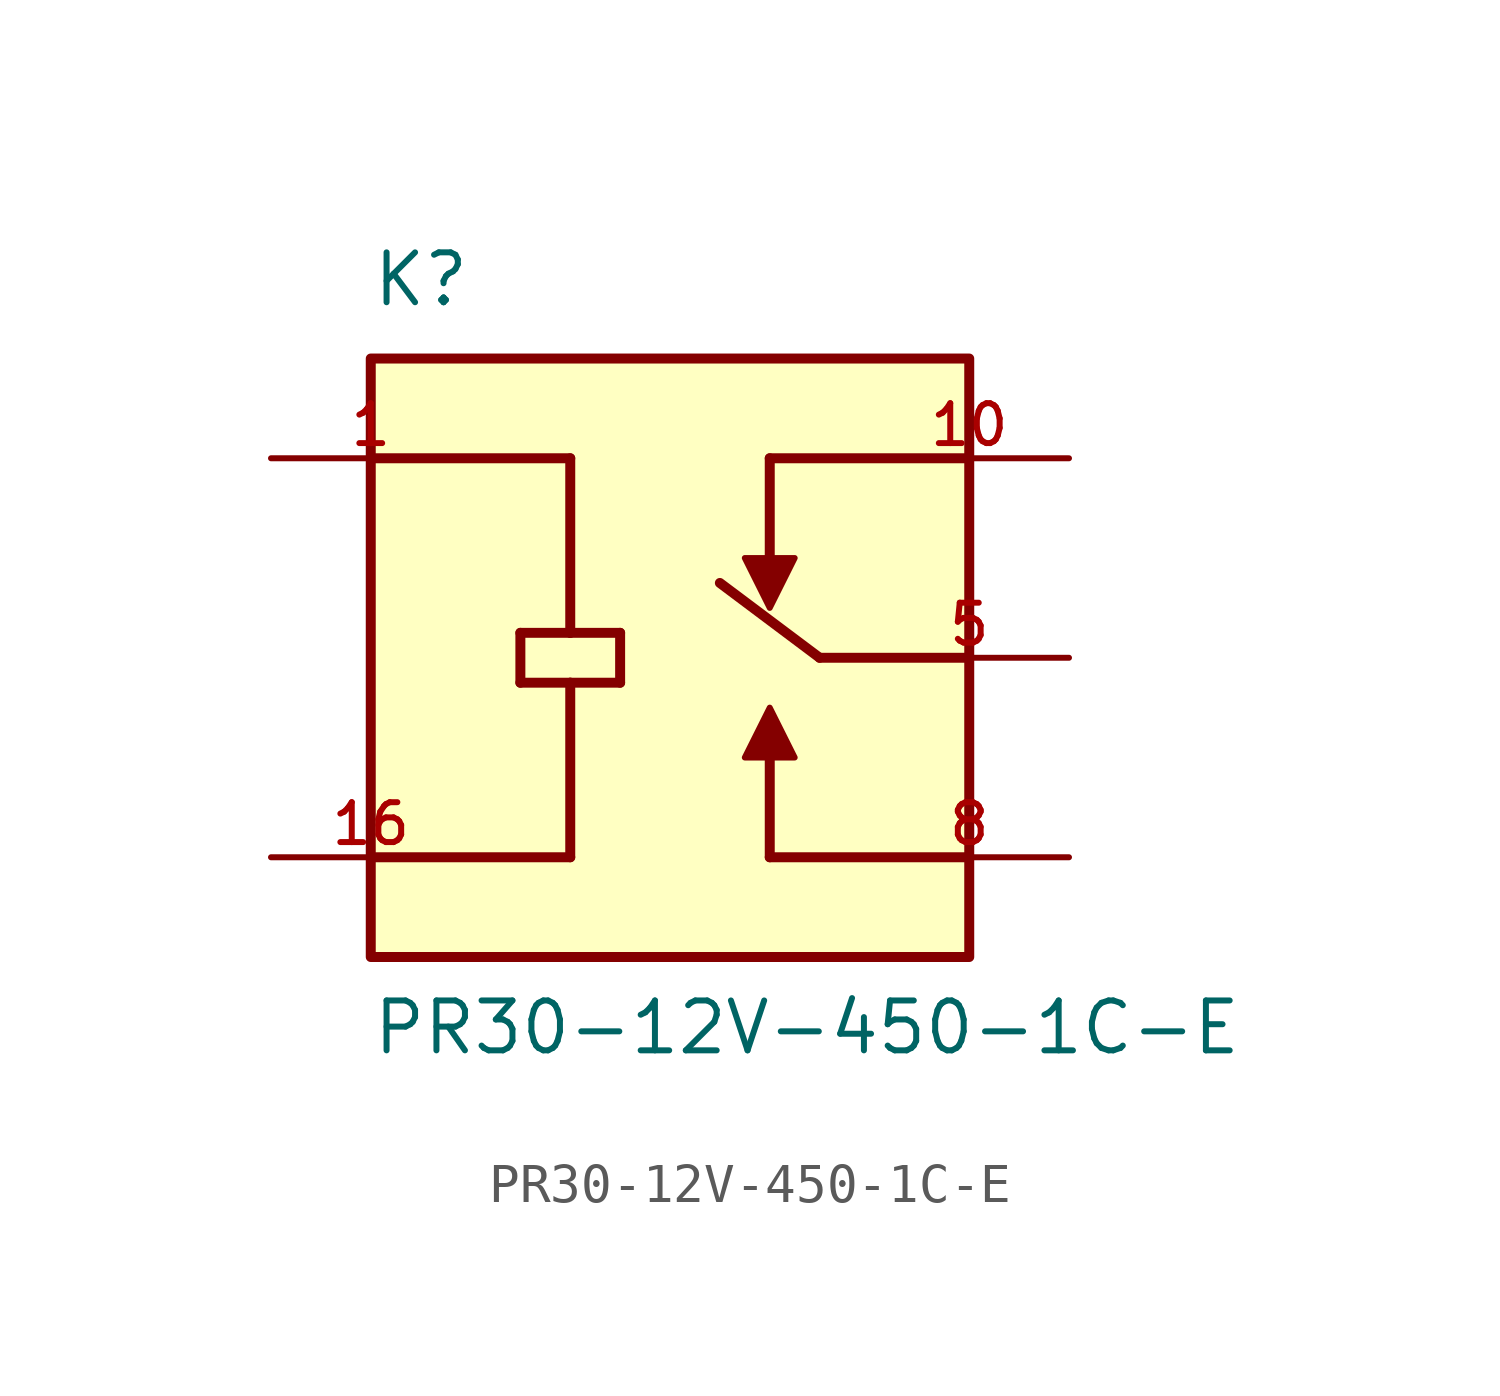
<source format=kicad_sym>
(kicad_symbol_lib
  (version 20211014)
  (generator kicad_symbol_editor)
  (symbol "PR30-12V-450-1C-E"
    (pin_names
      (offset 1.016))
    (property "Reference" "K"
      (at -7.62 8.89 0)
      (effects (font (size 1.27 1.27)) (justify bottom left)))
    (property "Value" "PR30-12V-450-1C-E"
      (at -7.62 -10.16 0)
      (effects (font (size 1.27 1.27)) (justify bottom left)))
    (symbol "PR30-12V-450-1C-E_0_0"
      (polyline (pts (xy 7.62 0.0) (xy 3.81 0.0)) (stroke (width 0.254)))
      (polyline (pts (xy 7.62 -5.08) (xy 2.54 -5.08)) (stroke (width 0.254)))
      (polyline (pts (xy 2.54 -5.08) (xy 2.54 -2.54)) (stroke (width 0.254)))
      (polyline (pts (xy 1.905 -2.54) (xy 3.175 -2.54) (xy 2.54 -1.27) (xy 1.905 -2.54)) (stroke (width 0.152)) (fill (type outline)))
      (polyline (pts (xy -7.62 5.08) (xy -2.54 5.08)) (stroke (width 0.254)))
      (polyline (pts (xy -3.81 0.635) (xy -2.54 0.635)) (stroke (width 0.254)))
      (polyline (pts (xy -2.54 0.635) (xy -1.27 0.635)) (stroke (width 0.254)))
      (polyline (pts (xy -1.27 0.635) (xy -1.27 -0.635)) (stroke (width 0.254)))
      (polyline (pts (xy -1.27 -0.635) (xy -2.54 -0.635)) (stroke (width 0.254)))
      (polyline (pts (xy -2.54 -0.635) (xy -3.81 -0.635)) (stroke (width 0.254)))
      (polyline (pts (xy -3.81 -0.635) (xy -3.81 0.635)) (stroke (width 0.254)))
      (polyline (pts (xy -7.62 -5.08) (xy -2.54 -5.08)) (stroke (width 0.254)))
      (polyline (pts (xy -2.54 5.08) (xy -2.54 0.635)) (stroke (width 0.254)))
      (polyline (pts (xy -2.54 -0.635) (xy -2.54 -5.08)) (stroke (width 0.254)))
      (polyline (pts (xy 2.54 5.08) (xy 2.54 2.54)) (stroke (width 0.254)))
      (polyline (pts (xy 3.175 2.54) (xy 1.905 2.54) (xy 2.54 1.27) (xy 3.175 2.54)) (stroke (width 0.152)) (fill (type outline)))
      (polyline (pts (xy 2.54 5.08) (xy 7.62 5.08)) (stroke (width 0.254)))
      (polyline (pts (xy 3.81 0.0) (xy 1.27 1.905)) (stroke (width 0.254)))
      (rectangle (start -7.62 -7.62) (end 7.62 7.62) (stroke (width 0.254)) (fill (type background)))
      (pin passive line (at 10.16 0.0 180.0) (length 5.08) (name "~" (effects (font (size 1.016 1.016)))) (number "5" (effects (font (size 1.016 1.016)))))
      (pin passive line (at 10.16 -5.08 180.0) (length 5.08) (name "~" (effects (font (size 1.016 1.016)))) (number "8" (effects (font (size 1.016 1.016)))))
      (pin passive line (at -10.16 5.08 0) (length 5.08) (name "~" (effects (font (size 1.016 1.016)))) (number "1" (effects (font (size 1.016 1.016)))))
      (pin passive line (at -10.16 -5.08 0) (length 5.08) (name "~" (effects (font (size 1.016 1.016)))) (number "16" (effects (font (size 1.016 1.016)))))
      (pin passive line (at 10.16 5.08 180.0) (length 5.08) (name "~" (effects (font (size 1.016 1.016)))) (number "10" (effects (font (size 1.016 1.016))))))))
</source>
